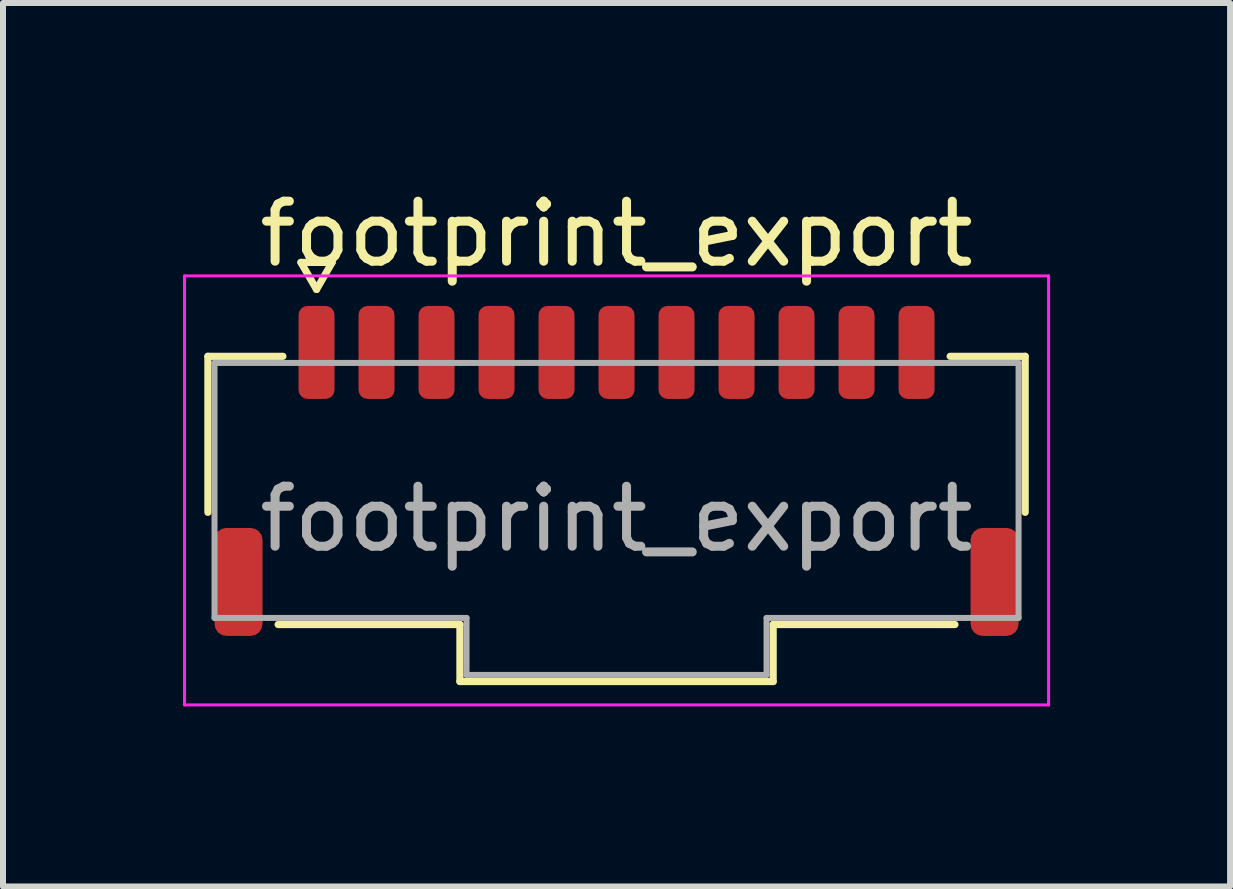
<source format=kicad_pcb>
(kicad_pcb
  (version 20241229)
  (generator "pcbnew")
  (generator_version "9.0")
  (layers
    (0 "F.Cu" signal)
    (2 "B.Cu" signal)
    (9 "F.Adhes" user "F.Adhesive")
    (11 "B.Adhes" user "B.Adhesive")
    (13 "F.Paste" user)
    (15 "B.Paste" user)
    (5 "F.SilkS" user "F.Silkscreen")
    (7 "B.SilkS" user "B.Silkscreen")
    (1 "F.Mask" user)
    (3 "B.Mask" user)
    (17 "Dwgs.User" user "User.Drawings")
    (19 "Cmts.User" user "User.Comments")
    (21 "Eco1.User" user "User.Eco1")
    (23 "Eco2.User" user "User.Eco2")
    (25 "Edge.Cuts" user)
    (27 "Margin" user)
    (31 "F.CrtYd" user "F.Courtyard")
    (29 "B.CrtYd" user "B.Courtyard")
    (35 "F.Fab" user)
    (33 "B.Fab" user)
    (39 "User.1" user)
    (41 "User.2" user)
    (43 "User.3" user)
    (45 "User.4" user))
  (footprint "footprint_export"
    (layer "F.Cu")
    (at 7.225 5.598)
    (property "Reference" "footprint_export" (at 0 -4.75 0) (layer "F.SilkS") (effects (font (size 1 1) (thickness 0.15))))
    (attr smd)
    (fp_line (start -6.81 -2.71) (end -5.56 -2.71) (stroke (width 0.12) (type solid)) (layer "F.SilkS"))
    (fp_line (start -6.81 -0.11) (end -6.81 -2.71) (stroke (width 0.12) (type solid)) (layer "F.SilkS"))
    (fp_line (start -5.26 -4.275) (end -5 -3.825) (stroke (width 0.12) (type solid)) (layer "F.SilkS"))
    (fp_line (start -5 -3.825) (end -4.74 -4.275) (stroke (width 0.12) (type solid)) (layer "F.SilkS"))
    (fp_line (start -4.74 -4.275) (end -5.26 -4.275) (stroke (width 0.12) (type solid)) (layer "F.SilkS"))
    (fp_line (start -2.61 1.76) (end -5.64 1.76) (stroke (width 0.12) (type solid)) (layer "F.SilkS"))
    (fp_line (start -2.61 2.71) (end -2.61 1.76) (stroke (width 0.12) (type solid)) (layer "F.SilkS"))
    (fp_line (start 2.61 1.76) (end 2.61 2.71) (stroke (width 0.12) (type solid)) (layer "F.SilkS"))
    (fp_line (start 2.61 2.71) (end -2.61 2.71) (stroke (width 0.12) (type solid)) (layer "F.SilkS"))
    (fp_line (start 5.56 -2.71) (end 6.81 -2.71) (stroke (width 0.12) (type solid)) (layer "F.SilkS"))
    (fp_line (start 5.64 1.76) (end 2.61 1.76) (stroke (width 0.12) (type solid)) (layer "F.SilkS"))
    (fp_line (start 6.81 -2.71) (end 6.81 -0.11) (stroke (width 0.12) (type solid)) (layer "F.SilkS"))
    (fp_line (start -7.2 -4.05) (end -7.2 3.1) (stroke (width 0.05) (type solid)) (layer "F.CrtYd"))
    (fp_line (start -7.2 3.1) (end 7.2 3.1) (stroke (width 0.05) (type solid)) (layer "F.CrtYd"))
    (fp_line (start 7.2 -4.05) (end -7.2 -4.05) (stroke (width 0.05) (type solid)) (layer "F.CrtYd"))
    (fp_line (start 7.2 3.1) (end 7.2 -4.05) (stroke (width 0.05) (type solid)) (layer "F.CrtYd"))
    (fp_line (start -6.7 -2.6) (end 6.7 -2.6) (stroke (width 0.1) (type solid)) (layer "F.Fab"))
    (fp_line (start -6.7 1.65) (end -6.7 -2.6) (stroke (width 0.1) (type solid)) (layer "F.Fab"))
    (fp_line (start -2.5 1.65) (end -6.7 1.65) (stroke (width 0.1) (type solid)) (layer "F.Fab"))
    (fp_line (start -2.5 2.6) (end -2.5 1.65) (stroke (width 0.1) (type solid)) (layer "F.Fab"))
    (fp_line (start 2.5 1.65) (end 2.5 2.6) (stroke (width 0.1) (type solid)) (layer "F.Fab"))
    (fp_line (start 2.5 2.6) (end -2.5 2.6) (stroke (width 0.1) (type solid)) (layer "F.Fab"))
    (fp_line (start 6.7 -2.6) (end 6.7 1.65) (stroke (width 0.1) (type solid)) (layer "F.Fab"))
    (fp_line (start 6.7 1.65) (end 2.5 1.65) (stroke (width 0.1) (type solid)) (layer "F.Fab"))
    (fp_text user "${REFERENCE}" (at 0 0 0) (layer "F.Fab") (effects (font (size 1 1) (thickness 0.15))))
    (pad "1" smd roundrect (at -5 -2.775) (size 0.6 1.55) (layers "F.Cu" "F.Mask" "F.Paste") (roundrect_rratio 0.25))
    (pad "2" smd roundrect (at -4 -2.775) (size 0.6 1.55) (layers "F.Cu" "F.Mask" "F.Paste") (roundrect_rratio 0.25))
    (pad "3" smd roundrect (at -3 -2.775) (size 0.6 1.55) (layers "F.Cu" "F.Mask" "F.Paste") (roundrect_rratio 0.25))
    (pad "4" smd roundrect (at -2 -2.775) (size 0.6 1.55) (layers "F.Cu" "F.Mask" "F.Paste") (roundrect_rratio 0.25))
    (pad "5" smd roundrect (at -1 -2.775) (size 0.6 1.55) (layers "F.Cu" "F.Mask" "F.Paste") (roundrect_rratio 0.25))
    (pad "6" smd roundrect (at 0 -2.775) (size 0.6 1.55) (layers "F.Cu" "F.Mask" "F.Paste") (roundrect_rratio 0.25))
    (pad "7" smd roundrect (at 1 -2.775) (size 0.6 1.55) (layers "F.Cu" "F.Mask" "F.Paste") (roundrect_rratio 0.25))
    (pad "8" smd roundrect (at 2 -2.775) (size 0.6 1.55) (layers "F.Cu" "F.Mask" "F.Paste") (roundrect_rratio 0.25))
    (pad "9" smd roundrect (at 3 -2.775) (size 0.6 1.55) (layers "F.Cu" "F.Mask" "F.Paste") (roundrect_rratio 0.25))
    (pad "10" smd roundrect (at 4 -2.775) (size 0.6 1.55) (layers "F.Cu" "F.Mask" "F.Paste") (roundrect_rratio 0.25))
    (pad "11" smd roundrect (at 5 -2.775) (size 0.6 1.55) (layers "F.Cu" "F.Mask" "F.Paste") (roundrect_rratio 0.25))
    (pad "MP" smd roundrect (at -6.3 1.05) (size 0.8 1.8) (layers "F.Cu" "F.Mask" "F.Paste") (roundrect_rratio 0.25))
    (pad "MP" smd roundrect (at 6.3 1.05) (size 0.8 1.8) (layers "F.Cu" "F.Mask" "F.Paste") (roundrect_rratio 0.25)))
  (gr_rect
    (start -3 -3)
    (end 17.45 11.723)
    (stroke (width 0.1) (type default))
    (fill no)
    (layer "Edge.Cuts")))
</source>
